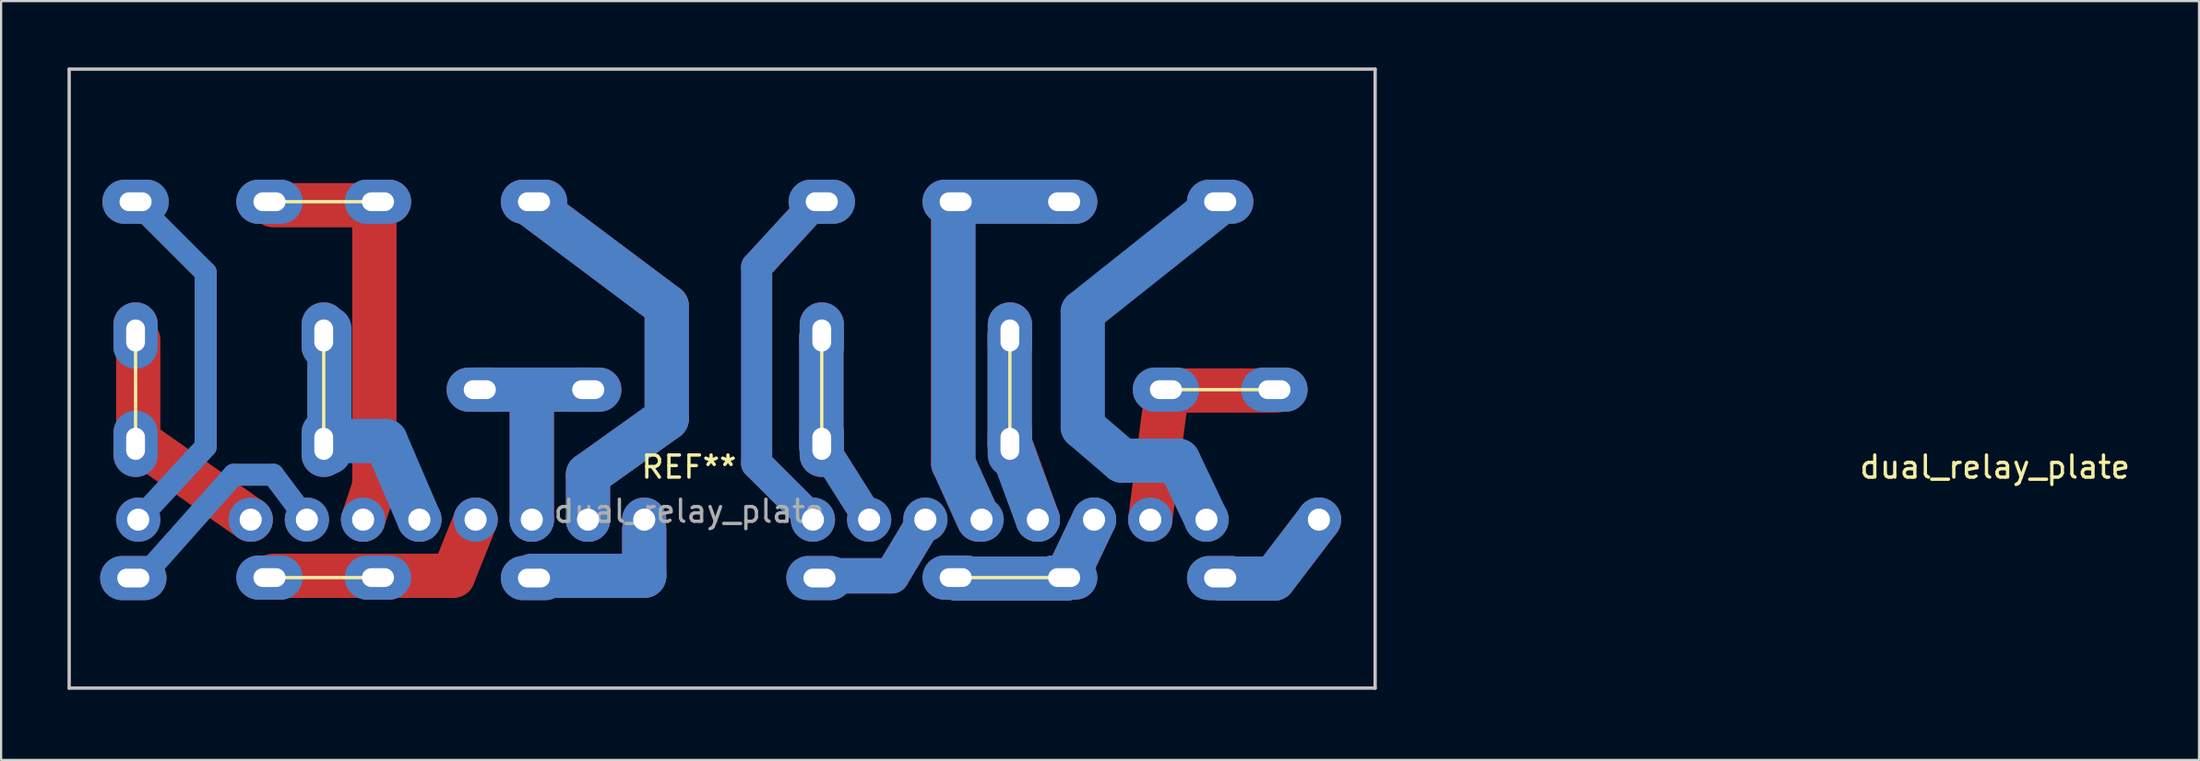
<source format=kicad_pcb>
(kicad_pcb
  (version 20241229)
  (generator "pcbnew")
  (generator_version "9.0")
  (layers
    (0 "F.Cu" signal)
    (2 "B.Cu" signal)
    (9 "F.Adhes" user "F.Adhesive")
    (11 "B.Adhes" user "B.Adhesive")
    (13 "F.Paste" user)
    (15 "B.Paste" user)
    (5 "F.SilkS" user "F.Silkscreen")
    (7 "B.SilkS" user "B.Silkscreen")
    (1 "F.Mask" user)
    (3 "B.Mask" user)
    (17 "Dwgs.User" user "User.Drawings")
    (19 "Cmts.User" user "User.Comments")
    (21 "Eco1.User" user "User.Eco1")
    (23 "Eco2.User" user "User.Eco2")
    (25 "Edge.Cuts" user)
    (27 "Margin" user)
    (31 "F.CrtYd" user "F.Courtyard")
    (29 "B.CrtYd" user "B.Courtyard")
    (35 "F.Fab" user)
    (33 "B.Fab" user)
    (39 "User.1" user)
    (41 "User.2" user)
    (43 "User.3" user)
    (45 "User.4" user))
  (footprint "dual_relay_plate"
    (layer "F.Cu")
    (at 59.075 28.075)
    (property "Reference" "dual_relay_plate" (at 28 -10 0) (unlocked yes) (layer "F.SilkS") (effects (font (size 1 1) (thickness 0.15))))
    (attr through_hole)
    (fp_line (start -55.88 -15.748) (end -55.88 -11.176) (stroke (width 2) (type solid)) (layer "F.Cu"))
    (fp_line (start -55.88 -11.176) (end -50.8 -7.62) (stroke (width 2) (type solid)) (layer "F.Cu"))
    (fp_line (start -49.784 -21.844) (end -45.212 -21.844) (stroke (width 2) (type solid)) (layer "F.Cu"))
    (fp_line (start -49.784 -5.08) (end -44.704 -5.08) (stroke (width 2) (type solid)) (layer "F.Cu"))
    (fp_line (start -45.212 -21.844) (end -45.212 -9.144) (stroke (width 2) (type solid)) (layer "F.Cu"))
    (fp_line (start -45.212 -9.144) (end -45.72 -7.62) (stroke (width 2) (type solid)) (layer "F.Cu"))
    (fp_line (start -44.704 -5.08) (end -41.656 -5.08) (stroke (width 2) (type solid)) (layer "F.Cu"))
    (fp_line (start -41.656 -5.08) (end -40.64 -7.62) (stroke (width 2) (type solid)) (layer "F.Cu"))
    (fp_line (start -40.5 -13.5) (end -35.5 -13.5) (stroke (width 2) (type solid)) (layer "F.Cu"))
    (fp_line (start -38.1 -7.62) (end -38.1 -13.462) (stroke (width 2) (type solid)) (layer "F.Cu"))
    (fp_line (start -38.1 -5.08) (end -33.02 -5.08) (stroke (width 2) (type solid)) (layer "F.Cu"))
    (fp_line (start -35.56 -9.652) (end -32.004 -12.192) (stroke (width 2) (type solid)) (layer "F.Cu"))
    (fp_line (start -35.56 -7.62) (end -35.56 -9.652) (stroke (width 2) (type solid)) (layer "F.Cu"))
    (fp_line (start -33.02 -5.207) (end -33.02 -7.239) (stroke (width 2) (type solid)) (layer "F.Cu"))
    (fp_line (start -32.004 -17.272) (end -38.1 -21.844) (stroke (width 2) (type solid)) (layer "F.Cu"))
    (fp_line (start -32.004 -12.192) (end -32.004 -17.272) (stroke (width 2) (type solid)) (layer "F.Cu"))
    (fp_line (start -27.94 -19.05) (end -27.94 -10.16) (stroke (width 1.4) (type solid)) (layer "F.Cu"))
    (fp_line (start -27.94 -10.16) (end -25.4 -7.62) (stroke (width 1.4) (type solid)) (layer "F.Cu"))
    (fp_line (start -25.146 -22.098) (end -27.94 -19.05) (stroke (width 1.4) (type solid)) (layer "F.Cu"))
    (fp_line (start -25.019 -15.875) (end -25.019 -10.922) (stroke (width 2) (type solid)) (layer "F.Cu"))
    (fp_line (start -22.86 -7.62) (end -25.019 -11.049) (stroke (width 1.4) (type solid)) (layer "F.Cu"))
    (fp_line (start -21.844 -5.08) (end -25.019 -5.08) (stroke (width 1.6) (type solid)) (layer "F.Cu"))
    (fp_line (start -20.32 -7.62) (end -21.844 -5.08) (stroke (width 1.6) (type solid)) (layer "F.Cu"))
    (fp_line (start -19.069 -10.16) (end -19.069 -21.971) (stroke (width 2) (type solid)) (layer "F.Cu"))
    (fp_line (start -19 -22) (end -14 -22) (stroke (width 2) (type solid)) (layer "F.Cu"))
    (fp_line (start -18.923 -4.953) (end -13.97 -4.953) (stroke (width 2) (type solid)) (layer "F.Cu"))
    (fp_line (start -17.907 -7.62) (end -19.05 -10.16) (stroke (width 2) (type solid)) (layer "F.Cu"))
    (fp_line (start -16.51 -10.922) (end -16.51 -15.875) (stroke (width 2) (type solid)) (layer "F.Cu"))
    (fp_line (start -15.24 -7.62) (end -16.383 -10.795) (stroke (width 2) (type solid)) (layer "F.Cu"))
    (fp_line (start -13.97 -4.953) (end -12.7 -7.62) (stroke (width 2) (type solid)) (layer "F.Cu"))
    (fp_line (start -10.16 -7.62) (end -9.398 -13.462) (stroke (width 2) (type solid)) (layer "F.Cu"))
    (fp_line (start -9.398 -13.462) (end -4.445 -13.462) (stroke (width 2) (type solid)) (layer "F.Cu"))
    (fp_line (start -4.572 -4.953) (end -6.985 -4.953) (stroke (width 2) (type solid)) (layer "F.Cu"))
    (fp_line (start -2.54 -7.62) (end -4.572 -4.953) (stroke (width 2) (type solid)) (layer "F.Cu"))
    (fp_line (start -55.88 -7.62) (end -52.832 -10.922) (stroke (width 1) (type solid)) (layer "B.Cu"))
    (fp_line (start -55.626 -5.08) (end -51.562 -9.652) (stroke (width 1) (type solid)) (layer "B.Cu"))
    (fp_line (start -52.832 -18.796) (end -55.88 -21.844) (stroke (width 1) (type solid)) (layer "B.Cu"))
    (fp_line (start -52.832 -10.922) (end -52.832 -18.796) (stroke (width 1) (type solid)) (layer "B.Cu"))
    (fp_line (start -51.562 -9.652) (end -49.784 -9.652) (stroke (width 1) (type solid)) (layer "B.Cu"))
    (fp_line (start -49.784 -9.652) (end -48.26 -7.62) (stroke (width 1) (type solid)) (layer "B.Cu"))
    (fp_line (start -47.244 -16.256) (end -47.244 -10.668) (stroke (width 2) (type solid)) (layer "B.Cu"))
    (fp_line (start -44.704 -11.176) (end -47.244 -11.176) (stroke (width 2) (type solid)) (layer "B.Cu"))
    (fp_line (start -43.18 -7.62) (end -44.704 -11.176) (stroke (width 2) (type solid)) (layer "B.Cu"))
    (fp_line (start -40.5 -13.5) (end -35.5 -13.5) (stroke (width 2) (type solid)) (layer "B.Cu"))
    (fp_line (start -38.1 -7.62) (end -38.1 -13.462) (stroke (width 2) (type solid)) (layer "B.Cu"))
    (fp_line (start -38.1 -5.08) (end -33.02 -5.08) (stroke (width 2) (type solid)) (layer "B.Cu"))
    (fp_line (start -35.56 -13.462) (end -40.386 -13.462) (stroke (width 0.12) (type solid)) (layer "B.Cu"))
    (fp_line (start -35.56 -9.652) (end -32.004 -12.192) (stroke (width 2) (type solid)) (layer "B.Cu"))
    (fp_line (start -35.56 -7.62) (end -35.56 -9.652) (stroke (width 2) (type solid)) (layer "B.Cu"))
    (fp_line (start -33.02 -5.08) (end -33.02 -7.112) (stroke (width 2) (type solid)) (layer "B.Cu"))
    (fp_line (start -32.004 -17.272) (end -38.1 -21.844) (stroke (width 2) (type solid)) (layer "B.Cu"))
    (fp_line (start -32.004 -12.192) (end -32.004 -17.272) (stroke (width 2) (type solid)) (layer "B.Cu"))
    (fp_line (start -27.94 -19.05) (end -27.94 -10.16) (stroke (width 1.4) (type solid)) (layer "B.Cu"))
    (fp_line (start -27.94 -10.16) (end -25.4 -7.62) (stroke (width 1.4) (type solid)) (layer "B.Cu"))
    (fp_line (start -25.146 -22.098) (end -27.94 -19.05) (stroke (width 1.4) (type solid)) (layer "B.Cu"))
    (fp_line (start -25.019 -15.875) (end -25.019 -10.922) (stroke (width 2) (type solid)) (layer "B.Cu"))
    (fp_line (start -22.86 -7.62) (end -25.019 -11.049) (stroke (width 1.4) (type solid)) (layer "B.Cu"))
    (fp_line (start -21.844 -5.08) (end -25.019 -5.08) (stroke (width 1.6) (type solid)) (layer "B.Cu"))
    (fp_line (start -20.32 -7.62) (end -21.844 -5.08) (stroke (width 1.6) (type solid)) (layer "B.Cu"))
    (fp_line (start -19.05 -10.16) (end -19.05 -21.971) (stroke (width 2) (type solid)) (layer "B.Cu"))
    (fp_line (start -19 -22) (end -14 -22) (stroke (width 2) (type solid)) (layer "B.Cu"))
    (fp_line (start -18.923 -4.953) (end -13.97 -4.953) (stroke (width 2) (type solid)) (layer "B.Cu"))
    (fp_line (start -17.907 -7.62) (end -19.05 -10.16) (stroke (width 2) (type solid)) (layer "B.Cu"))
    (fp_line (start -16.51 -11.049) (end -16.51 -16.002) (stroke (width 2) (type solid)) (layer "B.Cu"))
    (fp_line (start -15.24 -7.62) (end -16.51 -11.049) (stroke (width 2) (type solid)) (layer "B.Cu"))
    (fp_line (start -13.97 -4.953) (end -12.7 -7.62) (stroke (width 2) (type solid)) (layer "B.Cu"))
    (fp_line (start -13.716 -21.971) (end -19.05 -21.971) (stroke (width 0.12) (type solid)) (layer "B.Cu"))
    (fp_line (start -13.208 -17.018) (end -6.985 -21.971) (stroke (width 2) (type solid)) (layer "B.Cu"))
    (fp_line (start -13.208 -11.811) (end -13.208 -17.018) (stroke (width 2) (type solid)) (layer "B.Cu"))
    (fp_line (start -11.43 -10.287) (end -13.208 -11.811) (stroke (width 2) (type solid)) (layer "B.Cu"))
    (fp_line (start -8.89 -10.287) (end -11.43 -10.287) (stroke (width 2) (type solid)) (layer "B.Cu"))
    (fp_line (start -7.62 -7.62) (end -8.89 -10.287) (stroke (width 2) (type solid)) (layer "B.Cu"))
    (fp_line (start -4.572 -4.953) (end -6.985 -4.953) (stroke (width 2) (type solid)) (layer "B.Cu"))
    (fp_line (start -2.54 -7.62) (end -4.572 -4.953) (stroke (width 2) (type solid)) (layer "B.Cu"))
    (fp_line (start -56 -16) (end -56 -11) (stroke (width 0.15) (type solid)) (layer "F.SilkS"))
    (fp_line (start -50 -22) (end -45 -22) (stroke (width 0.15) (type solid)) (layer "F.SilkS"))
    (fp_line (start -50 -5) (end -45 -5) (stroke (width 0.15) (type solid)) (layer "F.SilkS"))
    (fp_line (start -47.5 -16) (end -47.5 -11) (stroke (width 0.15) (type solid)) (layer "F.SilkS"))
    (fp_line (start -25 -16) (end -25 -11) (stroke (width 0.15) (type solid)) (layer "F.SilkS"))
    (fp_line (start -19 -5) (end -14 -5) (stroke (width 0.15) (type solid)) (layer "F.SilkS"))
    (fp_line (start -16.5 -16) (end -16.5 -11) (stroke (width 0.15) (type solid)) (layer "F.SilkS"))
    (fp_line (start -9.5 -13.5) (end -4.5 -13.5) (stroke (width 0.15) (type solid)) (layer "F.SilkS"))
    (fp_line (start -59 -28) (end 0 -28) (stroke (width 0.15) (type solid)) (layer "Dwgs.User"))
    (fp_line (start -59 0) (end -59 -28) (stroke (width 0.15) (type solid)) (layer "Dwgs.User"))
    (fp_line (start -59 0) (end 0 0) (stroke (width 0.15) (type solid)) (layer "Dwgs.User"))
    (fp_line (start 0 -28) (end 0 0) (stroke (width 0.15) (type solid)) (layer "Dwgs.User"))
    (fp_text user "REF**" (at -31 -10 0) (unlocked yes) (layer "F.SilkS") (effects (font (size 1 1) (thickness 0.15))))
    (fp_text user "dual_relay_plate" (at -31 -8 0) (unlocked yes) (layer "F.Fab") (effects (font (size 1 1) (thickness 0.15))))
    (fp_text user "" (at -56 -19.5 0) (unlocked yes) (layer "F.Fab") (effects (font (size 1 1) (thickness 0.15))))
    (fp_text user "" (at -24.782 -8.586 0) (unlocked yes) (layer "F.Fab") (effects (font (size 1 1) (thickness 0.15))))
    (fp_text user "" (at -25 -2.5 0) (unlocked yes) (layer "F.Fab") (effects (font (size 1 1) (thickness 0.15))))
    (fp_text user "" (at -25 -19.5 0) (unlocked yes) (layer "F.Fab") (effects (font (size 1 1) (thickness 0.15))))
    (fp_text user "" (at -55.782 -8.586 0) (unlocked yes) (layer "F.Fab") (effects (font (size 1 1) (thickness 0.15))))
    (fp_text user "" (at -30.5 -13 0) (unlocked yes) (layer "F.Fab") (effects (font (size 1 1) (thickness 0.15))))
    (pad "1" thru_hole oval (at -7 -4.978 180) (size 3 2) (drill oval 1.45 0.85) (layers "*.Cu" "*.Mask"))
    (pad "1" thru_hole circle (at -2.54 -7.62 180) (size 2 2) (drill 1) (layers "*.Cu" "*.Mask"))
    (pad "2" thru_hole circle (at -10.16 -7.62 180) (size 2 2) (drill 1) (layers "*.Cu" "*.Mask"))
    (pad "2" thru_hole oval (at -9.45 -13.5 180) (size 3 2) (drill oval 1.45 0.85) (layers "*.Cu" "*.Mask"))
    (pad "2" thru_hole oval (at -4.55 -13.5 180) (size 3 2) (drill oval 1.45 0.85) (layers "*.Cu" "*.Mask"))
    (pad "3" thru_hole circle (at -7.62 -7.62 180) (size 2 2) (drill 1) (layers "*.Cu" "*.Mask"))
    (pad "3" thru_hole oval (at -7 -22 180) (size 3 2) (drill oval 1.45 0.85) (layers "*.Cu" "*.Mask"))
    (pad "4" thru_hole oval (at -18.95 -5 180) (size 3 2) (drill oval 1.45 0.85) (layers "*.Cu" "*.Mask"))
    (pad "4" thru_hole oval (at -14.05 -5 180) (size 3 2) (drill oval 1.45 0.85) (layers "*.Cu" "*.Mask"))
    (pad "4" thru_hole circle (at -12.7 -7.62 180) (size 2 2) (drill 1) (layers "*.Cu" "*.Mask"))
    (pad "5" thru_hole oval (at -16.5 -15.95 270) (size 3 2) (drill oval 1.45 0.85) (layers "*.Cu" "*.Mask"))
    (pad "5" thru_hole oval (at -16.5 -11.05 270) (size 3 2) (drill oval 1.45 0.85) (layers "*.Cu" "*.Mask"))
    (pad "5" thru_hole circle (at -15.24 -7.62 180) (size 2 2) (drill 1) (layers "*.Cu" "*.Mask"))
    (pad "6" thru_hole oval (at -18.95 -22 180) (size 3 2) (drill oval 1.45 0.85) (layers "*.Cu" "*.Mask"))
    (pad "6" thru_hole circle (at -17.78 -7.62 180) (size 2 2) (drill 1) (layers "*.Cu" "*.Mask"))
    (pad "6" thru_hole oval (at -14.05 -22 180) (size 3 2) (drill oval 1.45 0.85) (layers "*.Cu" "*.Mask"))
    (pad "7" thru_hole oval (at -25.102 -4.978 180) (size 3 2) (drill oval 1.45 0.85) (layers "*.Cu" "*.Mask"))
    (pad "7" thru_hole circle (at -20.32 -7.62 180) (size 2 2) (drill 1) (layers "*.Cu" "*.Mask"))
    (pad "8" thru_hole oval (at -25 -15.95 90) (size 3 2) (drill oval 1.45 0.85) (layers "*.Cu" "*.Mask"))
    (pad "8" thru_hole oval (at -25 -11.05 270) (size 3 2) (drill oval 1.45 0.85) (layers "*.Cu" "*.Mask"))
    (pad "8" thru_hole circle (at -22.86 -7.62 180) (size 2 2) (drill 1) (layers "*.Cu" "*.Mask"))
    (pad "9" thru_hole circle (at -25.4 -7.62 180) (size 2 2) (drill 1) (layers "*.Cu" "*.Mask"))
    (pad "9" thru_hole oval (at -25 -22 180) (size 3 2) (drill oval 1.45 0.85) (layers "*.Cu" "*.Mask"))
    (pad "10" thru_hole oval (at -38 -4.978 180) (size 3 2) (drill oval 1.45 0.85) (layers "*.Cu" "*.Mask"))
    (pad "10" thru_hole circle (at -33.02 -7.62 180) (size 2 2) (drill 1) (layers "*.Cu" "*.Mask"))
    (pad "11" thru_hole oval (at -40.45 -13.5 180) (size 3 2) (drill oval 1.45 0.85) (layers "*.Cu" "*.Mask"))
    (pad "11" thru_hole circle (at -38.1 -7.62 180) (size 2 2) (drill 1) (layers "*.Cu" "*.Mask"))
    (pad "11" thru_hole oval (at -35.55 -13.5 180) (size 3 2) (drill oval 1.45 0.85) (layers "*.Cu" "*.Mask"))
    (pad "12" thru_hole oval (at -38 -22 180) (size 3 2) (drill oval 1.45 0.85) (layers "*.Cu" "*.Mask"))
    (pad "12" thru_hole circle (at -35.56 -7.62 180) (size 2 2) (drill 1) (layers "*.Cu" "*.Mask"))
    (pad "13" thru_hole oval (at -49.95 -5 180) (size 3 2) (drill oval 1.45 0.85) (layers "*.Cu" "*.Mask"))
    (pad "13" thru_hole oval (at -45.05 -5 180) (size 3 2) (drill oval 1.45 0.85) (layers "*.Cu" "*.Mask"))
    (pad "13" thru_hole circle (at -40.64 -7.62 180) (size 2 2) (drill 1) (layers "*.Cu" "*.Mask"))
    (pad "14" thru_hole oval (at -47.5 -15.95 270) (size 3 2) (drill oval 1.45 0.85) (layers "*.Cu" "*.Mask"))
    (pad "14" thru_hole oval (at -47.5 -11.05 270) (size 3 2) (drill oval 1.45 0.85) (layers "*.Cu" "*.Mask"))
    (pad "14" thru_hole circle (at -43.18 -7.62 180) (size 2 2) (drill 1) (layers "*.Cu" "*.Mask"))
    (pad "15" thru_hole oval (at -49.95 -22 180) (size 3 2) (drill oval 1.45 0.85) (layers "*.Cu" "*.Mask"))
    (pad "15" thru_hole circle (at -45.72 -7.62 180) (size 2 2) (drill 1) (layers "*.Cu" "*.Mask"))
    (pad "15" thru_hole oval (at -45.05 -22 180) (size 3 2) (drill oval 1.45 0.85) (layers "*.Cu" "*.Mask"))
    (pad "16" thru_hole oval (at -56.102 -4.978 180) (size 3 2) (drill oval 1.45 0.85) (layers "*.Cu" "*.Mask"))
    (pad "16" thru_hole circle (at -48.26 -7.62 180) (size 2 2) (drill 1) (layers "*.Cu" "*.Mask"))
    (pad "17" thru_hole oval (at -56 -15.95 270) (size 3 2) (drill oval 1.45 0.85) (layers "*.Cu" "*.Mask"))
    (pad "17" thru_hole oval (at -56 -11.05 270) (size 3 2) (drill oval 1.45 0.85) (layers "*.Cu" "*.Mask"))
    (pad "17" thru_hole circle (at -50.8 -7.62 180) (size 2 2) (drill 1) (layers "*.Cu" "*.Mask"))
    (pad "18" thru_hole oval (at -56 -22 180) (size 3 2) (drill oval 1.45 0.85) (layers "*.Cu" "*.Mask"))
    (pad "18" thru_hole circle (at -55.88 -7.62 180) (size 2 2) (drill 1) (layers "*.Cu" "*.Mask")))
  (gr_rect
    (start -3 -3)
    (end 96.295 31.325)
    (stroke (width 0.1) (type default))
    (fill no)
    (layer "Edge.Cuts")))
</source>
